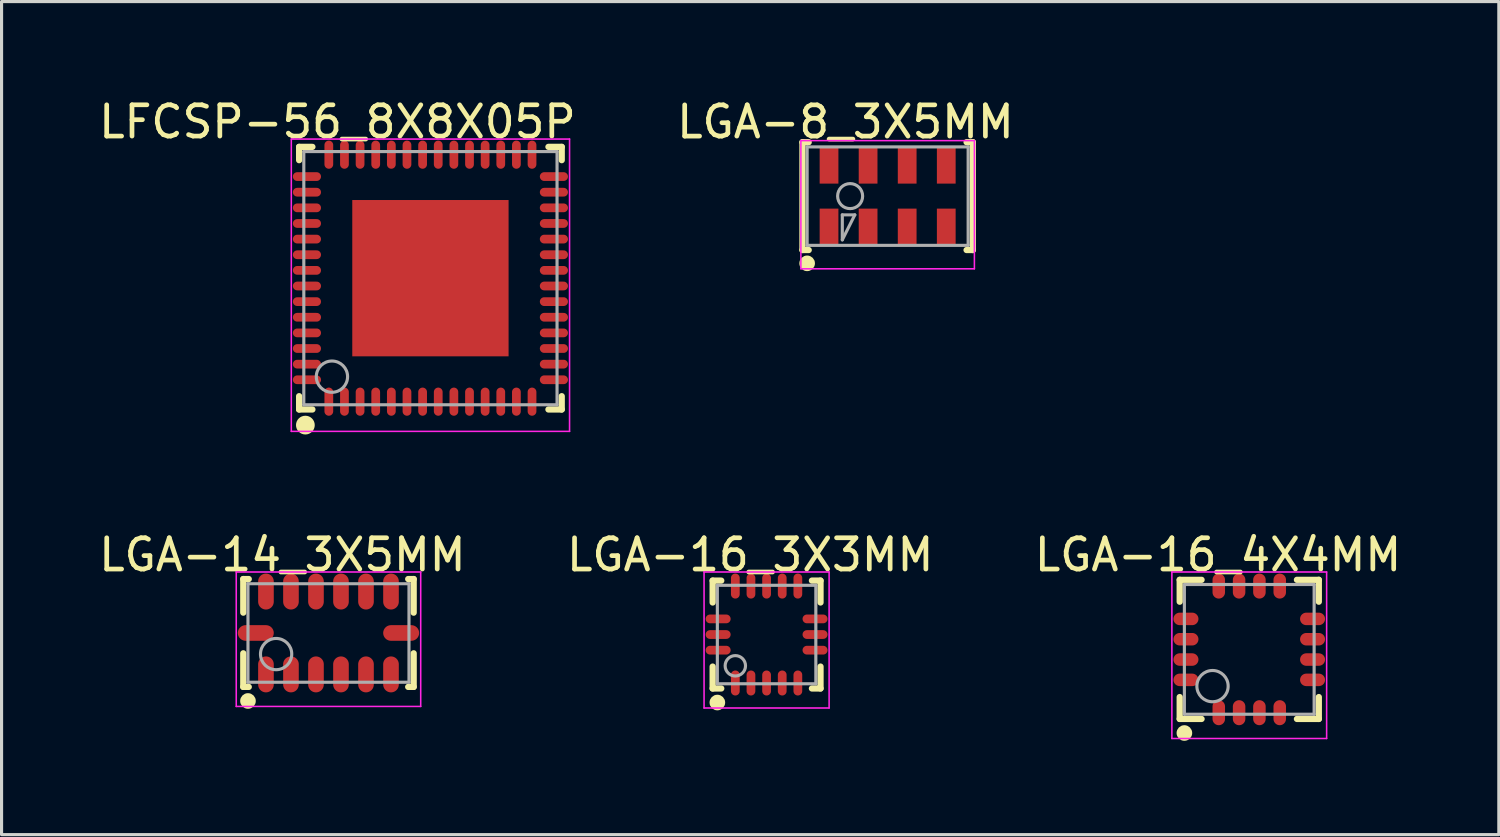
<source format=kicad_pcb>
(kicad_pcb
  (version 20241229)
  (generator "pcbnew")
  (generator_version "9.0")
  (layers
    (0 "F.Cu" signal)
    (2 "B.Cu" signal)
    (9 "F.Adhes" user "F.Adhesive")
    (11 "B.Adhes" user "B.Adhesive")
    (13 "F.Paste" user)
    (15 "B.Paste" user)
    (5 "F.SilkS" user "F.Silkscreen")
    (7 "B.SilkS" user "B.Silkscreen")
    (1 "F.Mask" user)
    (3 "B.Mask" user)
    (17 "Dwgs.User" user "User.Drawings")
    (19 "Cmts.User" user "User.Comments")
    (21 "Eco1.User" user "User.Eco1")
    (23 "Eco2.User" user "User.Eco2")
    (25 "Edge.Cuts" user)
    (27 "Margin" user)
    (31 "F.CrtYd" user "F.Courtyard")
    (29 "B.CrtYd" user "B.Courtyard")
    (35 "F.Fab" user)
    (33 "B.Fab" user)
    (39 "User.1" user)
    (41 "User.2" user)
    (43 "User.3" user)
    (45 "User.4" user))
  (footprint "LGA-16_4X4MM"
    (layer "F.Cu")
    (at 36.91 17.722)
    (property "Reference" "LGA-16_4X4MM" (at -0.999 -3.025 0) (layer "F.SilkS") (effects (font (size 1 1) (thickness 0.15))))
    (attr through_hole)
    (fp_line (start -2.225 -2.225) (end -1.525 -2.225) (stroke (width 0.2) (type solid)) (layer "F.SilkS"))
    (fp_line (start -2.225 -1.525) (end -2.225 -2.225) (stroke (width 0.2) (type solid)) (layer "F.SilkS"))
    (fp_line (start -2.225 2.225) (end -2.225 1.525) (stroke (width 0.2) (type solid)) (layer "F.SilkS"))
    (fp_line (start -2.225 2.225) (end -1.525 2.225) (stroke (width 0.2) (type solid)) (layer "F.SilkS"))
    (fp_line (start 1.525 -2.225) (end 2.225 -2.225) (stroke (width 0.2) (type solid)) (layer "F.SilkS"))
    (fp_line (start 1.525 2.225) (end 2.225 2.225) (stroke (width 0.2) (type solid)) (layer "F.SilkS"))
    (fp_line (start 2.225 -1.525) (end 2.225 -2.225) (stroke (width 0.2) (type solid)) (layer "F.SilkS"))
    (fp_line (start 2.225 2.225) (end 2.225 1.525) (stroke (width 0.2) (type solid)) (layer "F.SilkS"))
    (fp_circle (center -2.075 2.675) (end -1.95 2.675) (stroke (width 0.25) (type solid)) (fill no) (layer "F.SilkS"))
    (fp_line (start -2.475 -2.475) (end 2.475 -2.475) (stroke (width 0.05) (type solid)) (layer "F.CrtYd"))
    (fp_line (start -2.475 2.85) (end -2.475 -2.475) (stroke (width 0.05) (type solid)) (layer "F.CrtYd"))
    (fp_line (start 2.475 -2.475) (end 2.475 2.85) (stroke (width 0.05) (type solid)) (layer "F.CrtYd"))
    (fp_line (start 2.475 2.85) (end -2.475 2.85) (stroke (width 0.05) (type solid)) (layer "F.CrtYd"))
    (fp_line (start -2.075 -2.075) (end 2.075 -2.075) (stroke (width 0.1) (type solid)) (layer "F.Fab"))
    (fp_line (start -2.075 2.075) (end -2.075 -2.075) (stroke (width 0.1) (type solid)) (layer "F.Fab"))
    (fp_line (start -2.075 2.075) (end 2.075 2.075) (stroke (width 0.1) (type solid)) (layer "F.Fab"))
    (fp_line (start 2.075 2.075) (end 2.075 -2.075) (stroke (width 0.1) (type solid)) (layer "F.Fab"))
    (fp_circle (center -1.175 1.175) (end -0.675 1.175) (stroke (width 0.1) (type solid)) (fill no) (layer "F.Fab"))
    (pad "1" smd oval (at -0.975 2.025 180) (size 0.4 0.8) (layers "F.Cu" "F.Mask" "F.Paste"))
    (pad "2" smd oval (at -0.325 2.025 180) (size 0.4 0.8) (layers "F.Cu" "F.Mask" "F.Paste"))
    (pad "3" smd oval (at 0.325 2.025 180) (size 0.4 0.8) (layers "F.Cu" "F.Mask" "F.Paste"))
    (pad "4" smd oval (at 0.975 2.025 180) (size 0.4 0.8) (layers "F.Cu" "F.Mask" "F.Paste"))
    (pad "5" smd oval (at 2.025 0.975 90) (size 0.4 0.8) (layers "F.Cu" "F.Mask" "F.Paste"))
    (pad "6" smd oval (at 2.025 0.325 90) (size 0.4 0.8) (layers "F.Cu" "F.Mask" "F.Paste"))
    (pad "7" smd oval (at 2.025 -0.325 90) (size 0.4 0.8) (layers "F.Cu" "F.Mask" "F.Paste"))
    (pad "8" smd oval (at 2.025 -0.975 90) (size 0.4 0.8) (layers "F.Cu" "F.Mask" "F.Paste"))
    (pad "9" smd oval (at 0.975 -2.025 180) (size 0.4 0.8) (layers "F.Cu" "F.Mask" "F.Paste"))
    (pad "10" smd oval (at 0.325 -2.025 180) (size 0.4 0.8) (layers "F.Cu" "F.Mask" "F.Paste"))
    (pad "11" smd oval (at -0.325 -2.025 180) (size 0.4 0.8) (layers "F.Cu" "F.Mask" "F.Paste"))
    (pad "12" smd oval (at -0.975 -2.025 180) (size 0.4 0.8) (layers "F.Cu" "F.Mask" "F.Paste"))
    (pad "13" smd oval (at -2.025 -0.975 90) (size 0.4 0.8) (layers "F.Cu" "F.Mask" "F.Paste"))
    (pad "14" smd oval (at -2.025 -0.325 90) (size 0.4 0.8) (layers "F.Cu" "F.Mask" "F.Paste"))
    (pad "15" smd oval (at -2.025 0.325 90) (size 0.4 0.8) (layers "F.Cu" "F.Mask" "F.Paste"))
    (pad "16" smd oval (at -2.025 0.975 90) (size 0.4 0.8) (layers "F.Cu" "F.Mask" "F.Paste")))
  (footprint "LGA-16_3X3MM"
    (layer "F.Cu")
    (at 21.471 17.247)
    (property "Reference" "LGA-16_3X3MM" (at -0.524 -2.55 0) (layer "F.SilkS") (effects (font (size 1 1) (thickness 0.15))))
    (attr through_hole)
    (fp_line (start -1.725 -1.725) (end -1.45 -1.725) (stroke (width 0.2) (type solid)) (layer "F.SilkS"))
    (fp_line (start -1.725 -1.025) (end -1.725 -1.725) (stroke (width 0.2) (type solid)) (layer "F.SilkS"))
    (fp_line (start -1.725 1.725) (end -1.725 1.025) (stroke (width 0.2) (type solid)) (layer "F.SilkS"))
    (fp_line (start -1.725 1.725) (end -1.45 1.725) (stroke (width 0.2) (type solid)) (layer "F.SilkS"))
    (fp_line (start 1.45 -1.725) (end 1.725 -1.725) (stroke (width 0.2) (type solid)) (layer "F.SilkS"))
    (fp_line (start 1.45 1.725) (end 1.725 1.725) (stroke (width 0.2) (type solid)) (layer "F.SilkS"))
    (fp_line (start 1.725 -1.025) (end 1.725 -1.725) (stroke (width 0.2) (type solid)) (layer "F.SilkS"))
    (fp_line (start 1.725 1.725) (end 1.725 1.025) (stroke (width 0.2) (type solid)) (layer "F.SilkS"))
    (fp_circle (center -1.575 2.175) (end -1.45 2.175) (stroke (width 0.25) (type solid)) (fill no) (layer "F.SilkS"))
    (fp_line (start -2 -2) (end 2 -2) (stroke (width 0.05) (type solid)) (layer "F.CrtYd"))
    (fp_line (start -2 2.35) (end -2 -2) (stroke (width 0.05) (type solid)) (layer "F.CrtYd"))
    (fp_line (start 2 -2) (end 2 2.35) (stroke (width 0.05) (type solid)) (layer "F.CrtYd"))
    (fp_line (start 2 2.35) (end -2 2.35) (stroke (width 0.05) (type solid)) (layer "F.CrtYd"))
    (fp_line (start -1.575 -1.575) (end 1.575 -1.575) (stroke (width 0.1) (type solid)) (layer "F.Fab"))
    (fp_line (start -1.575 1.575) (end -1.575 -1.575) (stroke (width 0.1) (type solid)) (layer "F.Fab"))
    (fp_line (start -1.575 1.575) (end 1.575 1.575) (stroke (width 0.1) (type solid)) (layer "F.Fab"))
    (fp_line (start 1.575 1.575) (end 1.575 -1.575) (stroke (width 0.1) (type solid)) (layer "F.Fab"))
    (fp_circle (center -1 1) (end -0.674 1) (stroke (width 0.1) (type solid)) (fill no) (layer "F.Fab"))
    (pad "1" smd oval (at -1 1.55 180) (size 0.28 0.8) (layers "F.Cu" "F.Mask" "F.Paste"))
    (pad "2" smd oval (at -0.5 1.55 180) (size 0.28 0.8) (layers "F.Cu" "F.Mask" "F.Paste"))
    (pad "3" smd oval (at 0 1.55 180) (size 0.28 0.8) (layers "F.Cu" "F.Mask" "F.Paste"))
    (pad "4" smd oval (at 0.5 1.55 180) (size 0.28 0.8) (layers "F.Cu" "F.Mask" "F.Paste"))
    (pad "5" smd oval (at 1 1.55 180) (size 0.28 0.8) (layers "F.Cu" "F.Mask" "F.Paste"))
    (pad "6" smd oval (at 1.55 0.5 90) (size 0.28 0.8) (layers "F.Cu" "F.Mask" "F.Paste"))
    (pad "7" smd oval (at 1.55 0 90) (size 0.28 0.8) (layers "F.Cu" "F.Mask" "F.Paste"))
    (pad "8" smd oval (at 1.55 -0.5 90) (size 0.28 0.8) (layers "F.Cu" "F.Mask" "F.Paste"))
    (pad "9" smd oval (at 1 -1.55 180) (size 0.28 0.8) (layers "F.Cu" "F.Mask" "F.Paste"))
    (pad "10" smd oval (at 0.5 -1.55 180) (size 0.28 0.8) (layers "F.Cu" "F.Mask" "F.Paste"))
    (pad "11" smd oval (at 0 -1.55 180) (size 0.28 0.8) (layers "F.Cu" "F.Mask" "F.Paste"))
    (pad "12" smd oval (at -0.5 -1.55 180) (size 0.28 0.8) (layers "F.Cu" "F.Mask" "F.Paste"))
    (pad "13" smd oval (at -1 -1.55 180) (size 0.28 0.8) (layers "F.Cu" "F.Mask" "F.Paste"))
    (pad "14" smd oval (at -1.55 -0.5 90) (size 0.28 0.8) (layers "F.Cu" "F.Mask" "F.Paste"))
    (pad "15" smd oval (at -1.55 0 90) (size 0.28 0.8) (layers "F.Cu" "F.Mask" "F.Paste"))
    (pad "16" smd oval (at -1.55 0.5 90) (size 0.28 0.8) (layers "F.Cu" "F.Mask" "F.Paste")))
  (footprint "LFCSP-56_8X8X05P"
    (layer "F.Cu")
    (at 10.718 5.848)
    (property "Reference" "LFCSP-56_8X8X05P" (at -2.974 -5 0) (layer "F.SilkS") (effects (font (size 1 1) (thickness 0.15))))
    (attr through_hole)
    (fp_line (start -4.2 -4.2) (end -3.775 -4.2) (stroke (width 0.2) (type solid)) (layer "F.SilkS"))
    (fp_line (start -4.2 -3.775) (end -4.2 -4.2) (stroke (width 0.2) (type solid)) (layer "F.SilkS"))
    (fp_line (start -4.2 4.2) (end -4.2 3.775) (stroke (width 0.2) (type solid)) (layer "F.SilkS"))
    (fp_line (start -4.2 4.2) (end -3.775 4.2) (stroke (width 0.2) (type solid)) (layer "F.SilkS"))
    (fp_line (start 3.775 -4.2) (end 4.2 -4.2) (stroke (width 0.2) (type solid)) (layer "F.SilkS"))
    (fp_line (start 3.775 4.2) (end 4.2 4.2) (stroke (width 0.2) (type solid)) (layer "F.SilkS"))
    (fp_line (start 4.2 -3.775) (end 4.2 -4.2) (stroke (width 0.2) (type solid)) (layer "F.SilkS"))
    (fp_line (start 4.2 4.2) (end 4.2 3.775) (stroke (width 0.2) (type solid)) (layer "F.SilkS"))
    (fp_circle (center -4 4.7) (end -3.85 4.7) (stroke (width 0.3) (type solid)) (fill no) (layer "F.SilkS"))
    (fp_line (start -4.45 -4.45) (end 4.45 -4.45) (stroke (width 0.05) (type solid)) (layer "F.CrtYd"))
    (fp_line (start -4.45 4.9) (end -4.45 -4.45) (stroke (width 0.05) (type solid)) (layer "F.CrtYd"))
    (fp_line (start 4.45 -4.45) (end 4.45 4.9) (stroke (width 0.05) (type solid)) (layer "F.CrtYd"))
    (fp_line (start 4.45 4.9) (end -4.45 4.9) (stroke (width 0.05) (type solid)) (layer "F.CrtYd"))
    (fp_line (start -4.05 -4.05) (end 4.05 -4.05) (stroke (width 0.1) (type solid)) (layer "F.Fab"))
    (fp_line (start -4.05 4.05) (end -4.05 -4.05) (stroke (width 0.1) (type solid)) (layer "F.Fab"))
    (fp_line (start -4.05 4.05) (end 4.05 4.05) (stroke (width 0.1) (type solid)) (layer "F.Fab"))
    (fp_line (start 4.05 4.05) (end 4.05 -4.05) (stroke (width 0.1) (type solid)) (layer "F.Fab"))
    (fp_circle (center -3.15 3.15) (end -2.65 3.15) (stroke (width 0.1) (type solid)) (fill no) (layer "F.Fab"))
    (pad "0" smd rect (at 0 0 90) (size 5 5) (layers "F.Cu" "F.Mask" "F.Paste"))
    (pad "1" smd oval (at -3.25 3.95 180) (size 0.28 0.9) (layers "F.Cu" "F.Mask" "F.Paste"))
    (pad "2" smd oval (at -2.75 3.95 180) (size 0.28 0.9) (layers "F.Cu" "F.Mask" "F.Paste"))
    (pad "3" smd oval (at -2.25 3.95 180) (size 0.28 0.9) (layers "F.Cu" "F.Mask" "F.Paste"))
    (pad "4" smd oval (at -1.75 3.95 180) (size 0.28 0.9) (layers "F.Cu" "F.Mask" "F.Paste"))
    (pad "5" smd oval (at -1.25 3.95 180) (size 0.28 0.9) (layers "F.Cu" "F.Mask" "F.Paste"))
    (pad "6" smd oval (at -0.75 3.95 180) (size 0.28 0.9) (layers "F.Cu" "F.Mask" "F.Paste"))
    (pad "7" smd oval (at -0.25 3.95 180) (size 0.28 0.9) (layers "F.Cu" "F.Mask" "F.Paste"))
    (pad "8" smd oval (at 0.25 3.95 180) (size 0.28 0.9) (layers "F.Cu" "F.Mask" "F.Paste"))
    (pad "9" smd oval (at 0.75 3.95 180) (size 0.28 0.9) (layers "F.Cu" "F.Mask" "F.Paste"))
    (pad "10" smd oval (at 1.25 3.95 180) (size 0.28 0.9) (layers "F.Cu" "F.Mask" "F.Paste"))
    (pad "11" smd oval (at 1.75 3.95 180) (size 0.28 0.9) (layers "F.Cu" "F.Mask" "F.Paste"))
    (pad "12" smd oval (at 2.25 3.95 180) (size 0.28 0.9) (layers "F.Cu" "F.Mask" "F.Paste"))
    (pad "13" smd oval (at 2.75 3.95 180) (size 0.28 0.9) (layers "F.Cu" "F.Mask" "F.Paste"))
    (pad "14" smd oval (at 3.25 3.95 180) (size 0.28 0.9) (layers "F.Cu" "F.Mask" "F.Paste"))
    (pad "15" smd oval (at 3.95 3.25 90) (size 0.28 0.9) (layers "F.Cu" "F.Mask" "F.Paste"))
    (pad "16" smd oval (at 3.95 2.75 90) (size 0.28 0.9) (layers "F.Cu" "F.Mask" "F.Paste"))
    (pad "17" smd oval (at 3.95 2.25 90) (size 0.28 0.9) (layers "F.Cu" "F.Mask" "F.Paste"))
    (pad "18" smd oval (at 3.95 1.75 90) (size 0.28 0.9) (layers "F.Cu" "F.Mask" "F.Paste"))
    (pad "19" smd oval (at 3.95 1.25 90) (size 0.28 0.9) (layers "F.Cu" "F.Mask" "F.Paste"))
    (pad "20" smd oval (at 3.95 0.75 90) (size 0.28 0.9) (layers "F.Cu" "F.Mask" "F.Paste"))
    (pad "21" smd oval (at 3.95 0.25 90) (size 0.28 0.9) (layers "F.Cu" "F.Mask" "F.Paste"))
    (pad "22" smd oval (at 3.95 -0.25 90) (size 0.28 0.9) (layers "F.Cu" "F.Mask" "F.Paste"))
    (pad "23" smd oval (at 3.95 -0.75 90) (size 0.28 0.9) (layers "F.Cu" "F.Mask" "F.Paste"))
    (pad "24" smd oval (at 3.95 -1.25 90) (size 0.28 0.9) (layers "F.Cu" "F.Mask" "F.Paste"))
    (pad "25" smd oval (at 3.95 -1.75 90) (size 0.28 0.9) (layers "F.Cu" "F.Mask" "F.Paste"))
    (pad "26" smd oval (at 3.95 -2.25 90) (size 0.28 0.9) (layers "F.Cu" "F.Mask" "F.Paste"))
    (pad "27" smd oval (at 3.95 -2.75 90) (size 0.28 0.9) (layers "F.Cu" "F.Mask" "F.Paste"))
    (pad "28" smd oval (at 3.95 -3.25 90) (size 0.28 0.9) (layers "F.Cu" "F.Mask" "F.Paste"))
    (pad "29" smd oval (at 3.25 -3.95 180) (size 0.28 0.9) (layers "F.Cu" "F.Mask" "F.Paste"))
    (pad "30" smd oval (at 2.75 -3.95 180) (size 0.28 0.9) (layers "F.Cu" "F.Mask" "F.Paste"))
    (pad "31" smd oval (at 2.25 -3.95 180) (size 0.28 0.9) (layers "F.Cu" "F.Mask" "F.Paste"))
    (pad "32" smd oval (at 1.75 -3.95 180) (size 0.28 0.9) (layers "F.Cu" "F.Mask" "F.Paste"))
    (pad "33" smd oval (at 1.25 -3.95 180) (size 0.28 0.9) (layers "F.Cu" "F.Mask" "F.Paste"))
    (pad "34" smd oval (at 0.75 -3.95 180) (size 0.28 0.9) (layers "F.Cu" "F.Mask" "F.Paste"))
    (pad "35" smd oval (at 0.25 -3.95 180) (size 0.28 0.9) (layers "F.Cu" "F.Mask" "F.Paste"))
    (pad "36" smd oval (at -0.25 -3.95 180) (size 0.28 0.9) (layers "F.Cu" "F.Mask" "F.Paste"))
    (pad "37" smd oval (at -0.75 -3.95 180) (size 0.28 0.9) (layers "F.Cu" "F.Mask" "F.Paste"))
    (pad "38" smd oval (at -1.25 -3.95 180) (size 0.28 0.9) (layers "F.Cu" "F.Mask" "F.Paste"))
    (pad "39" smd oval (at -1.75 -3.95 180) (size 0.28 0.9) (layers "F.Cu" "F.Mask" "F.Paste"))
    (pad "40" smd oval (at -2.25 -3.95 180) (size 0.28 0.9) (layers "F.Cu" "F.Mask" "F.Paste"))
    (pad "41" smd oval (at -2.75 -3.95 180) (size 0.28 0.9) (layers "F.Cu" "F.Mask" "F.Paste"))
    (pad "42" smd oval (at -3.25 -3.95 180) (size 0.28 0.9) (layers "F.Cu" "F.Mask" "F.Paste"))
    (pad "43" smd oval (at -3.95 -3.25 90) (size 0.28 0.9) (layers "F.Cu" "F.Mask" "F.Paste"))
    (pad "44" smd oval (at -3.95 -2.75 90) (size 0.28 0.9) (layers "F.Cu" "F.Mask" "F.Paste"))
    (pad "45" smd oval (at -3.95 -2.25 90) (size 0.28 0.9) (layers "F.Cu" "F.Mask" "F.Paste"))
    (pad "46" smd oval (at -3.95 -1.75 90) (size 0.28 0.9) (layers "F.Cu" "F.Mask" "F.Paste"))
    (pad "47" smd oval (at -3.95 -1.25 90) (size 0.28 0.9) (layers "F.Cu" "F.Mask" "F.Paste"))
    (pad "48" smd oval (at -3.95 -0.75 90) (size 0.28 0.9) (layers "F.Cu" "F.Mask" "F.Paste"))
    (pad "49" smd oval (at -3.95 -0.25 90) (size 0.28 0.9) (layers "F.Cu" "F.Mask" "F.Paste"))
    (pad "50" smd oval (at -3.95 0.25 90) (size 0.28 0.9) (layers "F.Cu" "F.Mask" "F.Paste"))
    (pad "51" smd oval (at -3.95 0.75 90) (size 0.28 0.9) (layers "F.Cu" "F.Mask" "F.Paste"))
    (pad "52" smd oval (at -3.95 1.25 90) (size 0.28 0.9) (layers "F.Cu" "F.Mask" "F.Paste"))
    (pad "53" smd oval (at -3.95 1.75 90) (size 0.28 0.9) (layers "F.Cu" "F.Mask" "F.Paste"))
    (pad "54" smd oval (at -3.95 2.25 90) (size 0.28 0.9) (layers "F.Cu" "F.Mask" "F.Paste"))
    (pad "55" smd oval (at -3.95 2.75 90) (size 0.28 0.9) (layers "F.Cu" "F.Mask" "F.Paste"))
    (pad "56" smd oval (at -3.95 3.25 90) (size 0.28 0.9) (layers "F.Cu" "F.Mask" "F.Paste")))
  (footprint "LGA-8_3X5MM"
    (layer "F.Cu")
    (at 25.343 3.223)
    (property "Reference" "LGA-8_3X5MM" (at -1.349 -2.374 0) (layer "F.SilkS") (effects (font (size 1 1) (thickness 0.15))))
    (attr through_hole)
    (fp_line (start -2.725 -1.725) (end -2.525 -1.725) (stroke (width 0.2) (type solid)) (layer "F.SilkS"))
    (fp_line (start -2.725 1.725) (end -2.725 -1.725) (stroke (width 0.2) (type solid)) (layer "F.SilkS"))
    (fp_line (start -2.725 1.725) (end -2.525 1.725) (stroke (width 0.2) (type solid)) (layer "F.SilkS"))
    (fp_line (start 2.525 -1.725) (end 2.725 -1.725) (stroke (width 0.2) (type solid)) (layer "F.SilkS"))
    (fp_line (start 2.525 1.725) (end 2.725 1.725) (stroke (width 0.2) (type solid)) (layer "F.SilkS"))
    (fp_line (start 2.725 1.725) (end 2.725 -1.725) (stroke (width 0.2) (type solid)) (layer "F.SilkS"))
    (fp_circle (center -2.575 2.15) (end -2.45 2.15) (stroke (width 0.25) (type solid)) (fill no) (layer "F.SilkS"))
    (fp_line (start -2.775 -1.775) (end 2.775 -1.775) (stroke (width 0.05) (type solid)) (layer "F.CrtYd"))
    (fp_line (start -2.775 2.325) (end -2.775 -1.775) (stroke (width 0.05) (type solid)) (layer "F.CrtYd"))
    (fp_line (start 2.775 -1.775) (end 2.775 2.325) (stroke (width 0.05) (type solid)) (layer "F.CrtYd"))
    (fp_line (start 2.775 2.325) (end -2.775 2.325) (stroke (width 0.05) (type solid)) (layer "F.CrtYd"))
    (fp_line (start -2.575 -1.575) (end 2.575 -1.575) (stroke (width 0.1) (type solid)) (layer "F.Fab"))
    (fp_line (start -2.575 1.575) (end -2.575 -1.575) (stroke (width 0.1) (type solid)) (layer "F.Fab"))
    (fp_line (start -2.575 1.575) (end 2.575 1.575) (stroke (width 0.1) (type solid)) (layer "F.Fab"))
    (fp_line (start -1.45 0.6) (end -1.05 0.6) (stroke (width 0.1) (type solid)) (layer "F.Fab"))
    (fp_line (start -1.45 1.4) (end -1.45 0.6) (stroke (width 0.1) (type solid)) (layer "F.Fab"))
    (fp_line (start -1.45 1.4) (end -1.05 0.6) (stroke (width 0.1) (type solid)) (layer "F.Fab"))
    (fp_line (start 2.575 1.575) (end 2.575 -1.575) (stroke (width 0.1) (type solid)) (layer "F.Fab"))
    (fp_circle (center -1.2 -0.00001) (end -0.8 -0.00001) (stroke (width 0.1) (type solid)) (fill no) (layer "F.Fab"))
    (pad "1" smd rect (at -1.875 1 90) (size 1.2 0.6) (layers "F.Cu" "F.Mask" "F.Paste"))
    (pad "2" smd rect (at -0.625 1 90) (size 1.2 0.6) (layers "F.Cu" "F.Mask" "F.Paste"))
    (pad "3" smd rect (at 0.625 1 90) (size 1.2 0.6) (layers "F.Cu" "F.Mask" "F.Paste"))
    (pad "4" smd rect (at 1.875 1 90) (size 1.2 0.6) (layers "F.Cu" "F.Mask" "F.Paste"))
    (pad "5" smd rect (at 1.875 -1 90) (size 1.2 0.6) (layers "F.Cu" "F.Mask" "F.Paste"))
    (pad "6" smd rect (at 0.625 -1 90) (size 1.2 0.6) (layers "F.Cu" "F.Mask" "F.Paste"))
    (pad "7" smd rect (at -0.625 -1 90) (size 1.2 0.6) (layers "F.Cu" "F.Mask" "F.Paste"))
    (pad "8" smd rect (at -1.875 -1 90) (size 1.2 0.6) (layers "F.Cu" "F.Mask" "F.Paste")))
  (footprint "LGA-14_3X5MM"
    (layer "F.Cu")
    (at 7.457 17.197)
    (property "Reference" "LGA-14_3X5MM" (at -1.474 -2.5 0) (layer "F.SilkS") (effects (font (size 1 1) (thickness 0.15))))
    (attr through_hole)
    (fp_line (start -2.725 -1.725) (end -2.55 -1.725) (stroke (width 0.2) (type solid)) (layer "F.SilkS"))
    (fp_line (start -2.725 -0.65) (end -2.725 -1.725) (stroke (width 0.2) (type solid)) (layer "F.SilkS"))
    (fp_line (start -2.725 1.725) (end -2.725 0.65) (stroke (width 0.2) (type solid)) (layer "F.SilkS"))
    (fp_line (start -2.725 1.725) (end -2.55 1.725) (stroke (width 0.2) (type solid)) (layer "F.SilkS"))
    (fp_line (start 2.55 -1.725) (end 2.725 -1.725) (stroke (width 0.2) (type solid)) (layer "F.SilkS"))
    (fp_line (start 2.55 1.725) (end 2.725 1.725) (stroke (width 0.2) (type solid)) (layer "F.SilkS"))
    (fp_line (start 2.725 -0.65) (end 2.725 -1.725) (stroke (width 0.2) (type solid)) (layer "F.SilkS"))
    (fp_line (start 2.725 1.725) (end 2.725 0.65) (stroke (width 0.2) (type solid)) (layer "F.SilkS"))
    (fp_circle (center -2.575 2.175) (end -2.45 2.175) (stroke (width 0.25) (type solid)) (fill no) (layer "F.SilkS"))
    (fp_line (start -2.95 -1.95) (end 2.95 -1.95) (stroke (width 0.05) (type solid)) (layer "F.CrtYd"))
    (fp_line (start -2.95 2.35) (end -2.95 -1.95) (stroke (width 0.05) (type solid)) (layer "F.CrtYd"))
    (fp_line (start 2.95 -1.95) (end 2.95 2.35) (stroke (width 0.05) (type solid)) (layer "F.CrtYd"))
    (fp_line (start 2.95 2.35) (end -2.95 2.35) (stroke (width 0.05) (type solid)) (layer "F.CrtYd"))
    (fp_line (start -2.575 -1.575) (end 2.575 -1.575) (stroke (width 0.1) (type solid)) (layer "F.Fab"))
    (fp_line (start -2.575 1.575) (end -2.575 -1.575) (stroke (width 0.1) (type solid)) (layer "F.Fab"))
    (fp_line (start -2.575 1.575) (end 2.575 1.575) (stroke (width 0.1) (type solid)) (layer "F.Fab"))
    (fp_line (start 2.575 1.575) (end 2.575 -1.575) (stroke (width 0.1) (type solid)) (layer "F.Fab"))
    (fp_circle (center -1.675 0.675) (end -1.175 0.675) (stroke (width 0.1) (type solid)) (fill no) (layer "F.Fab"))
    (pad "1" smd oval (at -2 1.325 180) (size 0.5 1.15) (layers "F.Cu" "F.Mask" "F.Paste"))
    (pad "2" smd oval (at -1.2 1.325 180) (size 0.5 1.15) (layers "F.Cu" "F.Mask" "F.Paste"))
    (pad "3" smd oval (at -0.4 1.325 180) (size 0.5 1.15) (layers "F.Cu" "F.Mask" "F.Paste"))
    (pad "4" smd oval (at 0.4 1.325 180) (size 0.5 1.15) (layers "F.Cu" "F.Mask" "F.Paste"))
    (pad "5" smd oval (at 1.2 1.325 180) (size 0.5 1.15) (layers "F.Cu" "F.Mask" "F.Paste"))
    (pad "6" smd oval (at 2 1.325 180) (size 0.5 1.15) (layers "F.Cu" "F.Mask" "F.Paste"))
    (pad "7" smd oval (at 2.325 0 90) (size 0.5 1.15) (layers "F.Cu" "F.Mask" "F.Paste"))
    (pad "8" smd oval (at 2 -1.325 180) (size 0.5 1.15) (layers "F.Cu" "F.Mask" "F.Paste"))
    (pad "9" smd oval (at 1.2 -1.325 180) (size 0.5 1.15) (layers "F.Cu" "F.Mask" "F.Paste"))
    (pad "10" smd oval (at 0.4 -1.325 180) (size 0.5 1.15) (layers "F.Cu" "F.Mask" "F.Paste"))
    (pad "11" smd oval (at -0.4 -1.325 180) (size 0.5 1.15) (layers "F.Cu" "F.Mask" "F.Paste"))
    (pad "12" smd oval (at -1.2 -1.325 180) (size 0.5 1.15) (layers "F.Cu" "F.Mask" "F.Paste"))
    (pad "13" smd oval (at -2 -1.325 180) (size 0.5 1.15) (layers "F.Cu" "F.Mask" "F.Paste"))
    (pad "14" smd oval (at -2.325 0 90) (size 0.5 1.15) (layers "F.Cu" "F.Mask" "F.Paste")))
  (gr_rect
    (start -3 -3)
    (end 44.893 23.647)
    (stroke (width 0.1) (type default))
    (fill no)
    (layer "Edge.Cuts")))
</source>
